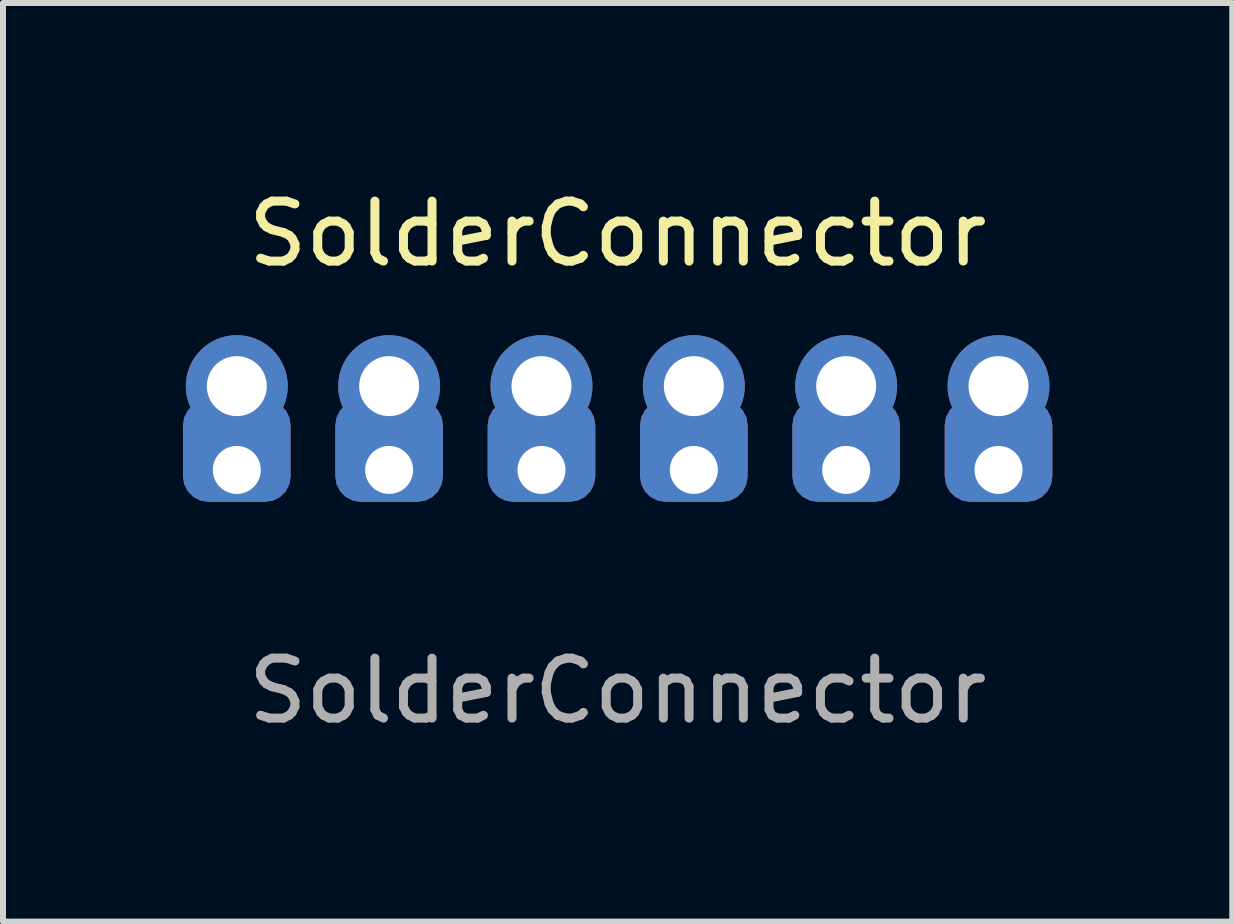
<source format=kicad_pcb>
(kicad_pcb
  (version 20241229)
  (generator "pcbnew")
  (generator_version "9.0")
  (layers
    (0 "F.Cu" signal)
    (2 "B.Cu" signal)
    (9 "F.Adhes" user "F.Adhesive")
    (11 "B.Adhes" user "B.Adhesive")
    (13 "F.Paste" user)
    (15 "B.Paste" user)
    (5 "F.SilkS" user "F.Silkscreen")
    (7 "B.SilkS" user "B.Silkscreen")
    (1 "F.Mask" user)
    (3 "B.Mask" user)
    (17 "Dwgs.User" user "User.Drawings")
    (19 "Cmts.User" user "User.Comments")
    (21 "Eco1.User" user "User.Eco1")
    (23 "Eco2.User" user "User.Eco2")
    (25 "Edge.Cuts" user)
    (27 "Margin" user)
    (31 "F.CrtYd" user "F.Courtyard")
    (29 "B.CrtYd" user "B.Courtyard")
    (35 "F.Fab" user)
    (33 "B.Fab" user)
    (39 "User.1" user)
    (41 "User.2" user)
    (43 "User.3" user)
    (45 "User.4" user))
  (footprint "SolderConnector"
    (layer "F.Cu")
    (at 7.248 3.388)
    (property "Reference" "SolderConnector" (at 0 -2.54 0) (unlocked yes) (layer "F.SilkS") (effects (font (size 1 1) (thickness 0.15))))
    (attr through_hole)
    (fp_text user "${REFERENCE}" (at 0 5.08 0) (unlocked yes) (layer "F.Fab") (effects (font (size 1 1) (thickness 0.15))))
    (pad "1" thru_hole circle (at -6.35 0) (size 1.7 1.7) (drill 1) (layers "*.Cu" "*.Mask"))
    (pad "1" thru_hole roundrect (at -6.35 1.397 270) (size 1.7 1.795) (drill 0.8 (offset -0.318 0)) (property pad_prop_castellated) (layers "*.Cu" "*.Mask") (roundrect_rratio 0.25))
    (pad "2" thru_hole circle (at -3.81 0) (size 1.7 1.7) (drill 1) (layers "*.Cu" "*.Mask"))
    (pad "2" thru_hole roundrect (at -3.81 1.397 270) (size 1.7 1.795) (drill 0.8 (offset -0.318 0)) (property pad_prop_castellated) (layers "*.Cu" "*.Mask") (roundrect_rratio 0.25))
    (pad "3" thru_hole circle (at -1.27 0) (size 1.7 1.7) (drill 1) (layers "*.Cu" "*.Mask"))
    (pad "3" thru_hole roundrect (at -1.27 1.397 270) (size 1.7 1.795) (drill 0.8 (offset -0.318 0)) (property pad_prop_castellated) (layers "*.Cu" "*.Mask") (roundrect_rratio 0.25))
    (pad "4" thru_hole circle (at 1.27 0) (size 1.7 1.7) (drill 1) (layers "*.Cu" "*.Mask"))
    (pad "4" thru_hole roundrect (at 1.27 1.397 270) (size 1.7 1.795) (drill 0.8 (offset -0.318 0)) (property pad_prop_castellated) (layers "*.Cu" "*.Mask") (roundrect_rratio 0.25))
    (pad "5" thru_hole circle (at 3.81 0) (size 1.7 1.7) (drill 1) (layers "*.Cu" "*.Mask"))
    (pad "5" thru_hole roundrect (at 3.81 1.397 270) (size 1.7 1.795) (drill 0.8 (offset -0.318 0)) (property pad_prop_castellated) (layers "*.Cu" "*.Mask") (roundrect_rratio 0.25))
    (pad "6" thru_hole circle (at 6.35 0) (size 1.7 1.7) (drill 1) (layers "*.Cu" "*.Mask"))
    (pad "6" thru_hole roundrect (at 6.35 1.397 270) (size 1.7 1.795) (drill 0.8 (offset -0.318 0)) (property pad_prop_castellated) (layers "*.Cu" "*.Mask") (roundrect_rratio 0.25)))
  (gr_rect
    (start -3 -3)
    (end 17.495 12.316)
    (stroke (width 0.1) (type default))
    (fill no)
    (layer "Edge.Cuts")))
</source>
